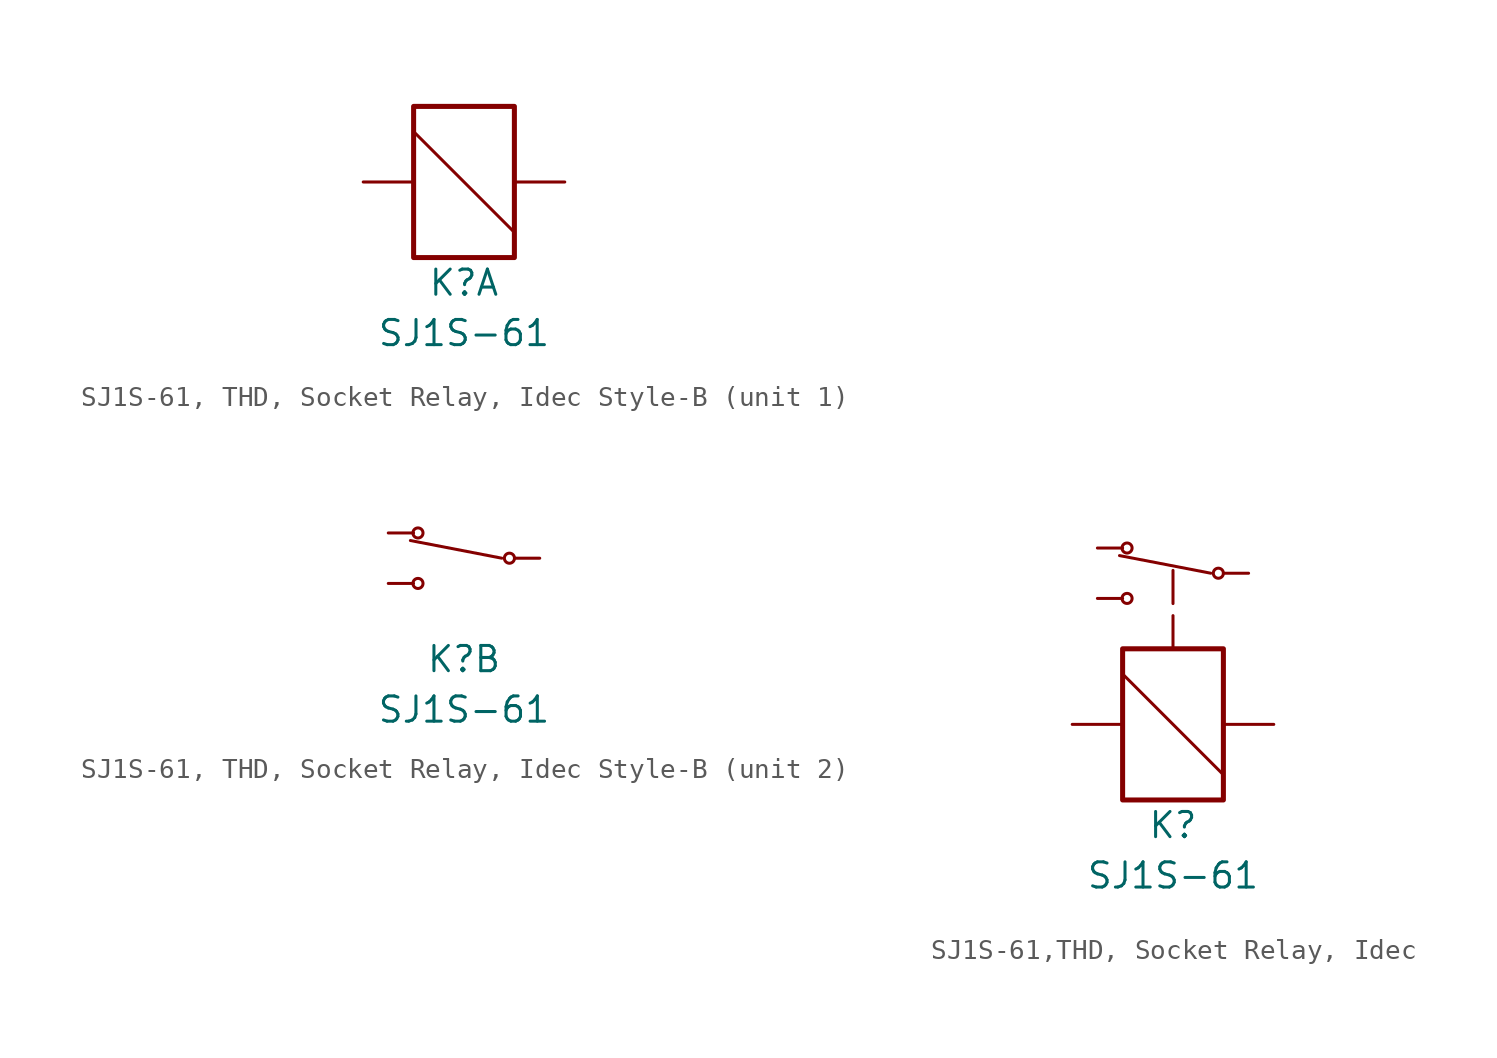
<source format=kicad_sym>
(kicad_symbol_lib
  (version 20241209)
  (generator "kicad_symbol_editor")
  (generator_version "9.0")
  (symbol "SJ1S-61, THD, Socket Relay, Idec Style-B"
    (pin_numbers
      (hide yes))
    (pin_names
      (offset 0)
      (hide yes))
    (property "Reference" "K"
      (at 0 -5.08 0)
      (effects (font (size 1.27 1.27))))
    (property "Value" "SJ1S-61"
      (at 0 -7.62 0)
      (effects (font (size 1.27 1.27))))
    (symbol "SJ1S-61, THD, Socket Relay, Idec Style-B_1_1"
      (rectangle (start -2.54 3.81) (end 2.54 -3.81) (stroke (width 0.254) (type default)) (fill (type none)))
      (polyline (pts (xy -2.54 2.54) (xy 2.54 -2.54)) (stroke (width 0.152) (type default)) (fill (type none)))
      (pin passive line (at -5.08 0 0) (length 2.54) (name "COIL1" (effects (font (size 1.27 1.27)))) (number "COIL1" (effects (font (size 1.27 1.27)))))
      (pin passive line (at 5.08 0 180) (length 2.54) (name "COIL2" (effects (font (size 1.27 1.27)))) (number "COIL2" (effects (font (size 1.27 1.27))))))
    (symbol "SJ1S-61, THD, Socket Relay, Idec Style-B_2_1"
      (circle (center -2.316 1.27) (radius 0.254) (stroke (width 0) (type default)) (fill (type none)))
      (circle (center -2.316 -1.27) (radius 0.254) (stroke (width 0) (type default)) (fill (type none)))
      (polyline (pts (xy 1.905 0) (xy -2.697 0.889)) (stroke (width 0) (type default)) (fill (type none)))
      (circle (center 2.286 0) (radius 0.254) (stroke (width 0) (type default)) (fill (type none)))
      (pin passive line (at -3.81 1.27 0) (length 1.27) (name "NC1" (effects (font (size 1.27 1.27)))) (number "NC1" (effects (font (size 1.27 1.27)))))
      (pin passive line (at -3.81 -1.27 0) (length 1.27) (name "NO1" (effects (font (size 1.27 1.27)))) (number "NO1" (effects (font (size 1.27 1.27)))))
      (pin passive line (at 3.81 0 180) (length 1.27) (name "COM1" (effects (font (size 1.27 1.27)))) (number "COM1" (effects (font (size 1.27 1.27)))))))
  (symbol "SJ1S-61,THD, Socket Relay, Idec"
    (pin_numbers
      (hide yes))
    (pin_names
      (offset 0)
      (hide yes))
    (property "Reference" "K"
      (at 0 -5.08 0)
      (effects (font (size 1.27 1.27))))
    (property "Value" "SJ1S-61"
      (at 0 -7.62 0)
      (effects (font (size 1.27 1.27))))
    (symbol "SJ1S-61,THD, Socket Relay, Idec_0_1"
      (rectangle (start -2.54 3.81) (end 2.54 -3.81) (stroke (width 0.254) (type default)) (fill (type none)))
      (polyline (pts (xy -2.54 2.54) (xy 2.54 -2.54)) (stroke (width 0.152) (type default)) (fill (type none))))
    (symbol "SJ1S-61,THD, Socket Relay, Idec_1_1"
      (circle (center -2.316 8.89) (radius 0.254) (stroke (width 0) (type default)) (fill (type none)))
      (circle (center -2.316 6.35) (radius 0.254) (stroke (width 0) (type default)) (fill (type none)))
      (polyline (pts (xy 0 3.81) (xy 0 8.128)) (stroke (width 0.152) (type dash)) (fill (type none)))
      (polyline (pts (xy 1.905 7.62) (xy -2.697 8.509)) (stroke (width 0.152) (type default)) (fill (type none)))
      (circle (center 2.286 7.62) (radius 0.254) (stroke (width 0) (type default)) (fill (type none)))
      (pin passive line (at -5.08 0 0) (length 2.54) (name "COIL1" (effects (font (size 1.27 1.27)))) (number "COIL1" (effects (font (size 1.27 1.27)))))
      (pin passive line (at -3.81 8.89 0) (length 1.27) (name "NC1" (effects (font (size 1.27 1.27)))) (number "NC1" (effects (font (size 1.27 1.27)))))
      (pin passive line (at -3.81 6.35 0) (length 1.27) (name "NO1" (effects (font (size 1.27 1.27)))) (number "NO1" (effects (font (size 1.27 1.27)))))
      (pin passive line (at 3.81 7.62 180) (length 1.27) (name "COM1" (effects (font (size 1.27 1.27)))) (number "COM1" (effects (font (size 1.27 1.27)))))
      (pin passive line (at 5.08 0 180) (length 2.54) (name "COIL2" (effects (font (size 1.27 1.27)))) (number "COIL2" (effects (font (size 1.27 1.27))))))))
</source>
